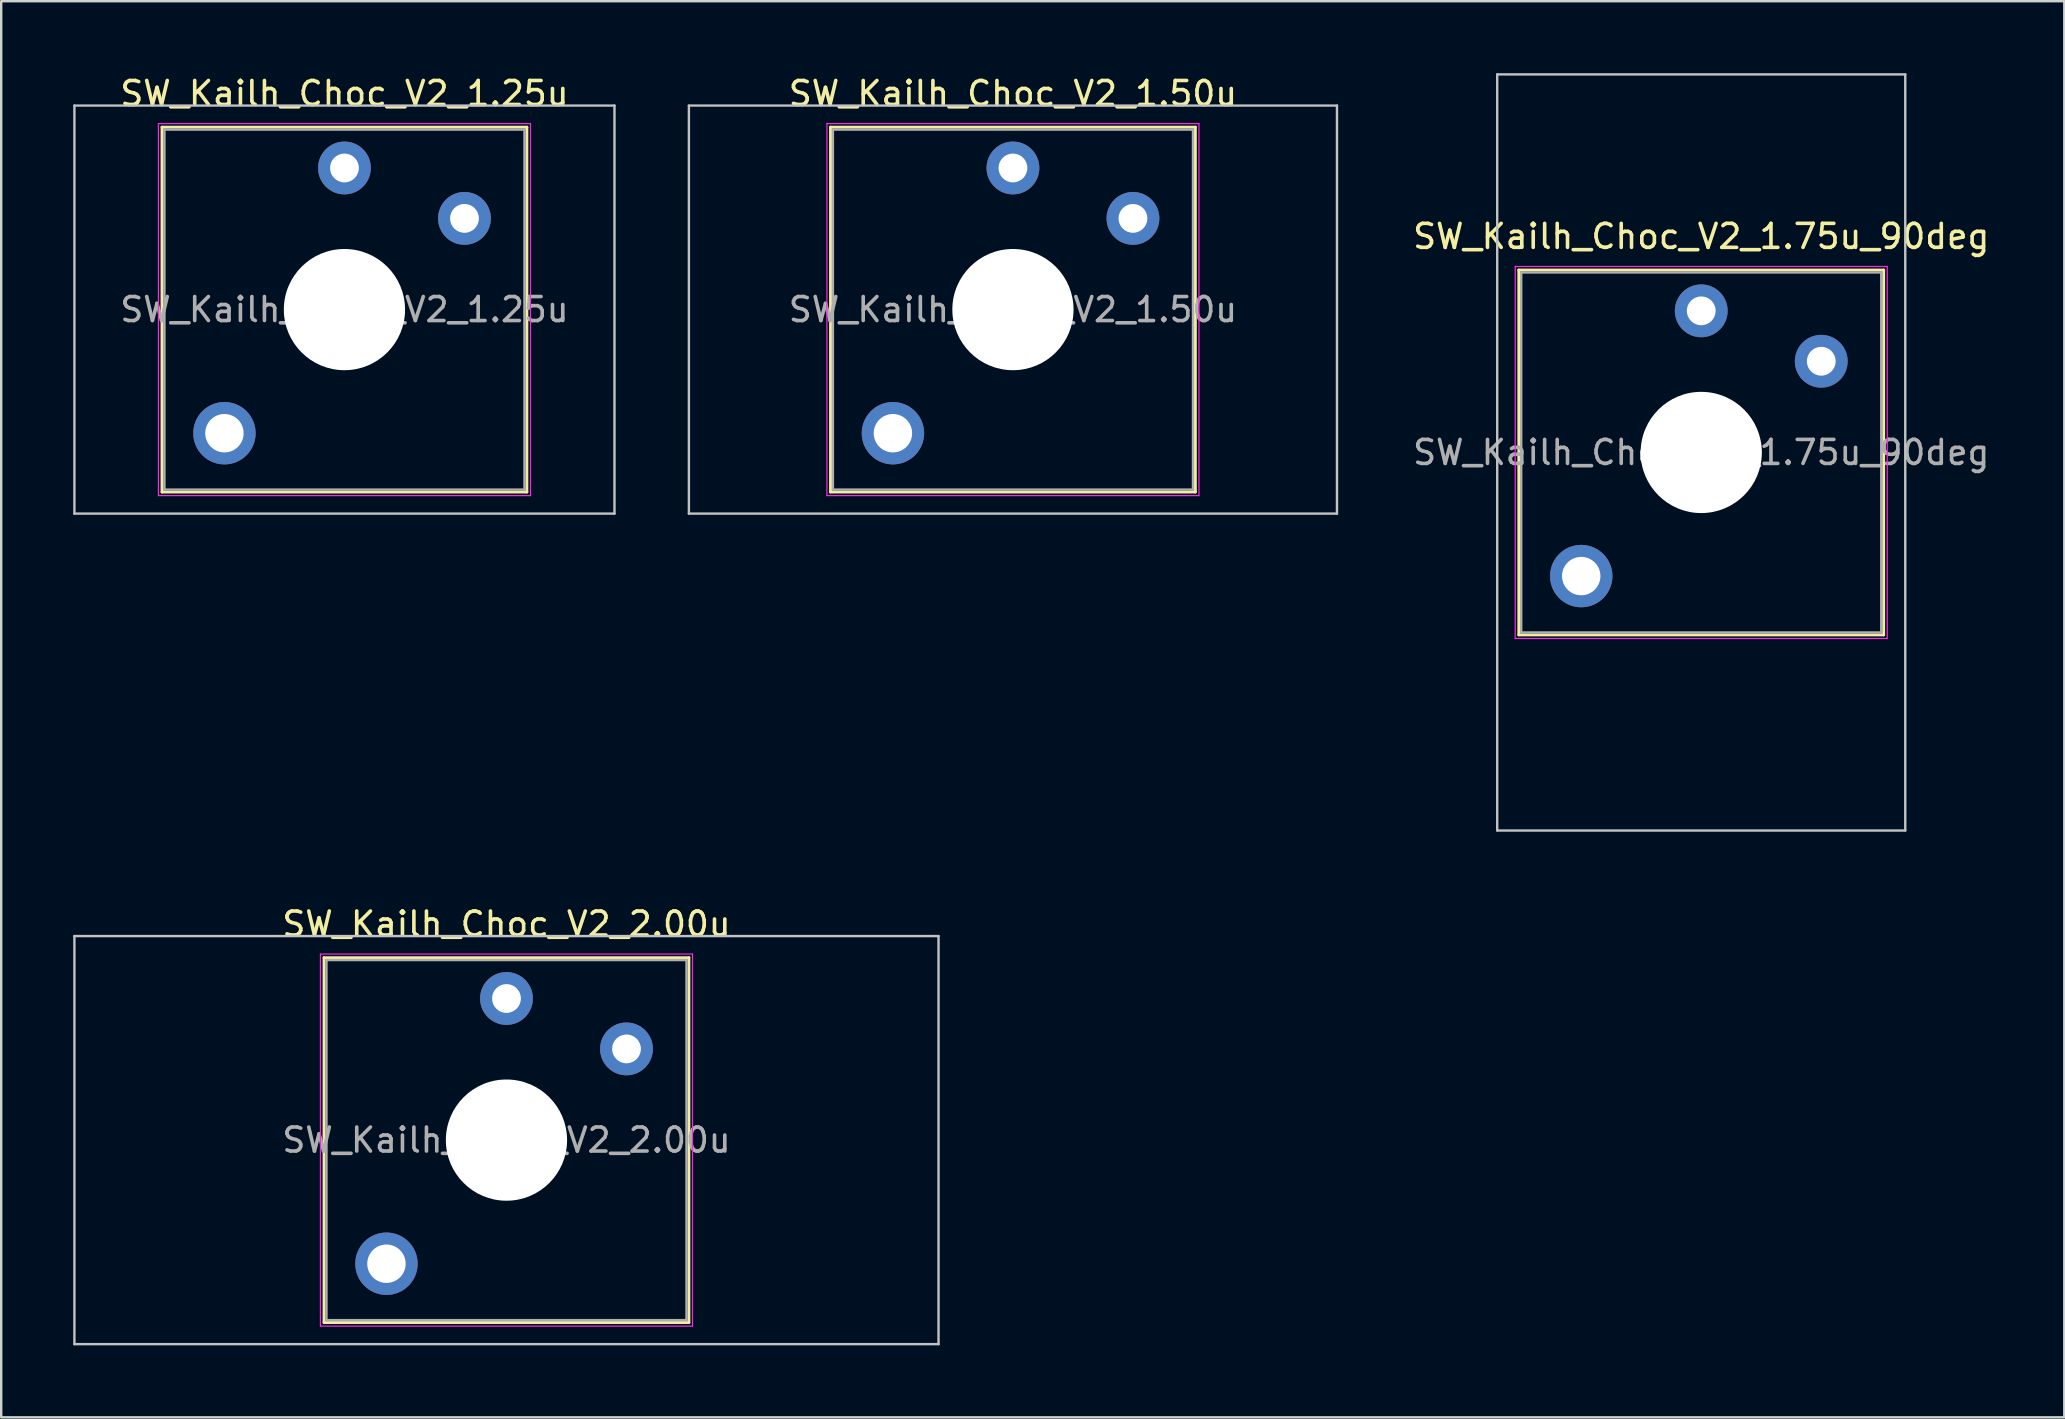
<source format=kicad_pcb>
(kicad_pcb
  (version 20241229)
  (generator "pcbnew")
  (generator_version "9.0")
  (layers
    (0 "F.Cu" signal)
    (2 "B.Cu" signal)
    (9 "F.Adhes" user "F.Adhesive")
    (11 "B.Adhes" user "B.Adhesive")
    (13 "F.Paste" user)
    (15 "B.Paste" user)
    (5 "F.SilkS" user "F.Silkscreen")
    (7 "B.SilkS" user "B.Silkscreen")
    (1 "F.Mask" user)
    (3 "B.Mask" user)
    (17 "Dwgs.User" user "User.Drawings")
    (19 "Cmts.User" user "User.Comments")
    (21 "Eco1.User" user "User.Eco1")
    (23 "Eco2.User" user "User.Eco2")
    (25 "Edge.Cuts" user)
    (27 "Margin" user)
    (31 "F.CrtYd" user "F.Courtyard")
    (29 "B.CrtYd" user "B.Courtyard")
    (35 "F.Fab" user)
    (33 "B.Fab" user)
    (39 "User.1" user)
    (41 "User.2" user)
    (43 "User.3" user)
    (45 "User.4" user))
  (footprint "SW_Kailh_Choc_V2_1.75u_90deg"
    (layer "F.Cu")
    (at 67.825 15.8)
    (property "Reference" "SW_Kailh_Choc_V2_1.75u_90deg" (at 0 -9 0) (layer "F.SilkS") (effects (font (size 1 1) (thickness 0.15))))
    (attr through_hole)
    (fp_line (start -7.6 -7.6) (end -7.6 7.6) (stroke (width 0.12) (type solid)) (layer "F.SilkS"))
    (fp_line (start -7.6 7.6) (end 7.6 7.6) (stroke (width 0.12) (type solid)) (layer "F.SilkS"))
    (fp_line (start 7.6 -7.6) (end -7.6 -7.6) (stroke (width 0.12) (type solid)) (layer "F.SilkS"))
    (fp_line (start 7.6 7.6) (end 7.6 -7.6) (stroke (width 0.12) (type solid)) (layer "F.SilkS"))
    (fp_line (start -8.5 -15.75) (end 8.5 -15.75) (stroke (width 0.1) (type solid)) (layer "Dwgs.User"))
    (fp_line (start -8.5 15.75) (end -8.5 -15.75) (stroke (width 0.1) (type solid)) (layer "Dwgs.User"))
    (fp_line (start 8.5 -15.75) (end 8.5 15.75) (stroke (width 0.1) (type solid)) (layer "Dwgs.User"))
    (fp_line (start 8.5 15.75) (end -8.5 15.75) (stroke (width 0.1) (type solid)) (layer "Dwgs.User"))
    (fp_line (start -7.25 -7.25) (end -7.25 7.25) (stroke (width 0.1) (type solid)) (layer "Eco1.User"))
    (fp_line (start -7.25 7.25) (end 7.25 7.25) (stroke (width 0.1) (type solid)) (layer "Eco1.User"))
    (fp_line (start 7.25 -7.25) (end -7.25 -7.25) (stroke (width 0.1) (type solid)) (layer "Eco1.User"))
    (fp_line (start 7.25 7.25) (end 7.25 -7.25) (stroke (width 0.1) (type solid)) (layer "Eco1.User"))
    (fp_line (start -7.75 -7.75) (end -7.75 7.75) (stroke (width 0.05) (type solid)) (layer "F.CrtYd"))
    (fp_line (start -7.75 7.75) (end 7.75 7.75) (stroke (width 0.05) (type solid)) (layer "F.CrtYd"))
    (fp_line (start 7.75 -7.75) (end -7.75 -7.75) (stroke (width 0.05) (type solid)) (layer "F.CrtYd"))
    (fp_line (start 7.75 7.75) (end 7.75 -7.75) (stroke (width 0.05) (type solid)) (layer "F.CrtYd"))
    (fp_line (start -7.5 -7.5) (end -7.5 7.5) (stroke (width 0.1) (type solid)) (layer "F.Fab"))
    (fp_line (start -7.5 7.5) (end 7.5 7.5) (stroke (width 0.1) (type solid)) (layer "F.Fab"))
    (fp_line (start 7.5 -7.5) (end -7.5 -7.5) (stroke (width 0.1) (type solid)) (layer "F.Fab"))
    (fp_line (start 7.5 7.5) (end 7.5 -7.5) (stroke (width 0.1) (type solid)) (layer "F.Fab"))
    (fp_text user "${REFERENCE}" (at 0 0 0) (layer "F.Fab") (effects (font (size 1 1) (thickness 0.15))))
    (pad "" smd circle (at -5 5.15) (size 1.65 1.65) (layers "F.Mask"))
    (pad "" thru_hole circle (at -5 5.15) (size 2.6 2.6) (drill 1.6) (layers "*.Cu" "B.Mask"))
    (pad "" smd circle (at 0 -5.9) (size 1.25 1.25) (layers "F.Mask"))
    (pad "" np_thru_hole circle (at 0 0) (size 5.05 5.05) (drill 5.05) (layers "*.Cu" "*.Mask"))
    (pad "" smd circle (at 5 -3.8) (size 1.25 1.25) (layers "F.Mask"))
    (pad "1" thru_hole circle (at 0 -5.9) (size 2.2 2.2) (drill 1.2) (layers "*.Cu" "B.Mask"))
    (pad "2" thru_hole circle (at 5 -3.8) (size 2.2 2.2) (drill 1.2) (layers "*.Cu" "B.Mask")))
  (footprint "SW_Kailh_Choc_V2_1.25u"
    (layer "F.Cu")
    (at 11.3 9.848)
    (property "Reference" "SW_Kailh_Choc_V2_1.25u" (at 0 -9 0) (layer "F.SilkS") (effects (font (size 1 1) (thickness 0.15))))
    (attr through_hole)
    (fp_line (start -7.6 -7.6) (end -7.6 7.6) (stroke (width 0.12) (type solid)) (layer "F.SilkS"))
    (fp_line (start -7.6 7.6) (end 7.6 7.6) (stroke (width 0.12) (type solid)) (layer "F.SilkS"))
    (fp_line (start 7.6 -7.6) (end -7.6 -7.6) (stroke (width 0.12) (type solid)) (layer "F.SilkS"))
    (fp_line (start 7.6 7.6) (end 7.6 -7.6) (stroke (width 0.12) (type solid)) (layer "F.SilkS"))
    (fp_line (start -11.25 -8.5) (end -11.25 8.5) (stroke (width 0.1) (type solid)) (layer "Dwgs.User"))
    (fp_line (start -11.25 8.5) (end 11.25 8.5) (stroke (width 0.1) (type solid)) (layer "Dwgs.User"))
    (fp_line (start 11.25 -8.5) (end -11.25 -8.5) (stroke (width 0.1) (type solid)) (layer "Dwgs.User"))
    (fp_line (start 11.25 8.5) (end 11.25 -8.5) (stroke (width 0.1) (type solid)) (layer "Dwgs.User"))
    (fp_line (start -7.25 -7.25) (end -7.25 7.25) (stroke (width 0.1) (type solid)) (layer "Eco1.User"))
    (fp_line (start -7.25 7.25) (end 7.25 7.25) (stroke (width 0.1) (type solid)) (layer "Eco1.User"))
    (fp_line (start 7.25 -7.25) (end -7.25 -7.25) (stroke (width 0.1) (type solid)) (layer "Eco1.User"))
    (fp_line (start 7.25 7.25) (end 7.25 -7.25) (stroke (width 0.1) (type solid)) (layer "Eco1.User"))
    (fp_line (start -7.75 -7.75) (end -7.75 7.75) (stroke (width 0.05) (type solid)) (layer "F.CrtYd"))
    (fp_line (start -7.75 7.75) (end 7.75 7.75) (stroke (width 0.05) (type solid)) (layer "F.CrtYd"))
    (fp_line (start 7.75 -7.75) (end -7.75 -7.75) (stroke (width 0.05) (type solid)) (layer "F.CrtYd"))
    (fp_line (start 7.75 7.75) (end 7.75 -7.75) (stroke (width 0.05) (type solid)) (layer "F.CrtYd"))
    (fp_line (start -7.5 -7.5) (end -7.5 7.5) (stroke (width 0.1) (type solid)) (layer "F.Fab"))
    (fp_line (start -7.5 7.5) (end 7.5 7.5) (stroke (width 0.1) (type solid)) (layer "F.Fab"))
    (fp_line (start 7.5 -7.5) (end -7.5 -7.5) (stroke (width 0.1) (type solid)) (layer "F.Fab"))
    (fp_line (start 7.5 7.5) (end 7.5 -7.5) (stroke (width 0.1) (type solid)) (layer "F.Fab"))
    (fp_text user "${REFERENCE}" (at 0 0 0) (layer "F.Fab") (effects (font (size 1 1) (thickness 0.15))))
    (pad "" smd circle (at -5 5.15) (size 1.65 1.65) (layers "F.Mask"))
    (pad "" thru_hole circle (at -5 5.15) (size 2.6 2.6) (drill 1.6) (layers "*.Cu" "B.Mask"))
    (pad "" smd circle (at 0 -5.9) (size 1.25 1.25) (layers "F.Mask"))
    (pad "" np_thru_hole circle (at 0 0) (size 5.05 5.05) (drill 5.05) (layers "*.Cu" "*.Mask"))
    (pad "" smd circle (at 5 -3.8) (size 1.25 1.25) (layers "F.Mask"))
    (pad "1" thru_hole circle (at 0 -5.9) (size 2.2 2.2) (drill 1.2) (layers "*.Cu" "B.Mask"))
    (pad "2" thru_hole circle (at 5 -3.8) (size 2.2 2.2) (drill 1.2) (layers "*.Cu" "B.Mask")))
  (footprint "SW_Kailh_Choc_V2_2.00u"
    (layer "F.Cu")
    (at 18.05 44.448)
    (property "Reference" "SW_Kailh_Choc_V2_2.00u" (at 0 -9 0) (layer "F.SilkS") (effects (font (size 1 1) (thickness 0.15))))
    (attr through_hole)
    (fp_line (start -7.6 -7.6) (end -7.6 7.6) (stroke (width 0.12) (type solid)) (layer "F.SilkS"))
    (fp_line (start -7.6 7.6) (end 7.6 7.6) (stroke (width 0.12) (type solid)) (layer "F.SilkS"))
    (fp_line (start 7.6 -7.6) (end -7.6 -7.6) (stroke (width 0.12) (type solid)) (layer "F.SilkS"))
    (fp_line (start 7.6 7.6) (end 7.6 -7.6) (stroke (width 0.12) (type solid)) (layer "F.SilkS"))
    (fp_line (start -18 -8.5) (end -18 8.5) (stroke (width 0.1) (type solid)) (layer "Dwgs.User"))
    (fp_line (start -18 8.5) (end 18 8.5) (stroke (width 0.1) (type solid)) (layer "Dwgs.User"))
    (fp_line (start 18 -8.5) (end -18 -8.5) (stroke (width 0.1) (type solid)) (layer "Dwgs.User"))
    (fp_line (start 18 8.5) (end 18 -8.5) (stroke (width 0.1) (type solid)) (layer "Dwgs.User"))
    (fp_line (start -7.25 -7.25) (end -7.25 7.25) (stroke (width 0.1) (type solid)) (layer "Eco1.User"))
    (fp_line (start -7.25 7.25) (end 7.25 7.25) (stroke (width 0.1) (type solid)) (layer "Eco1.User"))
    (fp_line (start 7.25 -7.25) (end -7.25 -7.25) (stroke (width 0.1) (type solid)) (layer "Eco1.User"))
    (fp_line (start 7.25 7.25) (end 7.25 -7.25) (stroke (width 0.1) (type solid)) (layer "Eco1.User"))
    (fp_line (start -7.75 -7.75) (end -7.75 7.75) (stroke (width 0.05) (type solid)) (layer "F.CrtYd"))
    (fp_line (start -7.75 7.75) (end 7.75 7.75) (stroke (width 0.05) (type solid)) (layer "F.CrtYd"))
    (fp_line (start 7.75 -7.75) (end -7.75 -7.75) (stroke (width 0.05) (type solid)) (layer "F.CrtYd"))
    (fp_line (start 7.75 7.75) (end 7.75 -7.75) (stroke (width 0.05) (type solid)) (layer "F.CrtYd"))
    (fp_line (start -7.5 -7.5) (end -7.5 7.5) (stroke (width 0.1) (type solid)) (layer "F.Fab"))
    (fp_line (start -7.5 7.5) (end 7.5 7.5) (stroke (width 0.1) (type solid)) (layer "F.Fab"))
    (fp_line (start 7.5 -7.5) (end -7.5 -7.5) (stroke (width 0.1) (type solid)) (layer "F.Fab"))
    (fp_line (start 7.5 7.5) (end 7.5 -7.5) (stroke (width 0.1) (type solid)) (layer "F.Fab"))
    (fp_text user "${REFERENCE}" (at 0 0 0) (layer "F.Fab") (effects (font (size 1 1) (thickness 0.15))))
    (pad "" smd circle (at -5 5.15) (size 1.65 1.65) (layers "F.Mask"))
    (pad "" thru_hole circle (at -5 5.15) (size 2.6 2.6) (drill 1.6) (layers "*.Cu" "B.Mask"))
    (pad "" smd circle (at 0 -5.9) (size 1.25 1.25) (layers "F.Mask"))
    (pad "" np_thru_hole circle (at 0 0) (size 5.05 5.05) (drill 5.05) (layers "*.Cu" "*.Mask"))
    (pad "" smd circle (at 5 -3.8) (size 1.25 1.25) (layers "F.Mask"))
    (pad "1" thru_hole circle (at 0 -5.9) (size 2.2 2.2) (drill 1.2) (layers "*.Cu" "B.Mask"))
    (pad "2" thru_hole circle (at 5 -3.8) (size 2.2 2.2) (drill 1.2) (layers "*.Cu" "B.Mask")))
  (footprint "SW_Kailh_Choc_V2_1.50u"
    (layer "F.Cu")
    (at 39.15 9.848)
    (property "Reference" "SW_Kailh_Choc_V2_1.50u" (at 0 -9 0) (layer "F.SilkS") (effects (font (size 1 1) (thickness 0.15))))
    (attr through_hole)
    (fp_line (start -7.6 -7.6) (end -7.6 7.6) (stroke (width 0.12) (type solid)) (layer "F.SilkS"))
    (fp_line (start -7.6 7.6) (end 7.6 7.6) (stroke (width 0.12) (type solid)) (layer "F.SilkS"))
    (fp_line (start 7.6 -7.6) (end -7.6 -7.6) (stroke (width 0.12) (type solid)) (layer "F.SilkS"))
    (fp_line (start 7.6 7.6) (end 7.6 -7.6) (stroke (width 0.12) (type solid)) (layer "F.SilkS"))
    (fp_line (start -13.5 -8.5) (end -13.5 8.5) (stroke (width 0.1) (type solid)) (layer "Dwgs.User"))
    (fp_line (start -13.5 8.5) (end 13.5 8.5) (stroke (width 0.1) (type solid)) (layer "Dwgs.User"))
    (fp_line (start 13.5 -8.5) (end -13.5 -8.5) (stroke (width 0.1) (type solid)) (layer "Dwgs.User"))
    (fp_line (start 13.5 8.5) (end 13.5 -8.5) (stroke (width 0.1) (type solid)) (layer "Dwgs.User"))
    (fp_line (start -7.25 -7.25) (end -7.25 7.25) (stroke (width 0.1) (type solid)) (layer "Eco1.User"))
    (fp_line (start -7.25 7.25) (end 7.25 7.25) (stroke (width 0.1) (type solid)) (layer "Eco1.User"))
    (fp_line (start 7.25 -7.25) (end -7.25 -7.25) (stroke (width 0.1) (type solid)) (layer "Eco1.User"))
    (fp_line (start 7.25 7.25) (end 7.25 -7.25) (stroke (width 0.1) (type solid)) (layer "Eco1.User"))
    (fp_line (start -7.75 -7.75) (end -7.75 7.75) (stroke (width 0.05) (type solid)) (layer "F.CrtYd"))
    (fp_line (start -7.75 7.75) (end 7.75 7.75) (stroke (width 0.05) (type solid)) (layer "F.CrtYd"))
    (fp_line (start 7.75 -7.75) (end -7.75 -7.75) (stroke (width 0.05) (type solid)) (layer "F.CrtYd"))
    (fp_line (start 7.75 7.75) (end 7.75 -7.75) (stroke (width 0.05) (type solid)) (layer "F.CrtYd"))
    (fp_line (start -7.5 -7.5) (end -7.5 7.5) (stroke (width 0.1) (type solid)) (layer "F.Fab"))
    (fp_line (start -7.5 7.5) (end 7.5 7.5) (stroke (width 0.1) (type solid)) (layer "F.Fab"))
    (fp_line (start 7.5 -7.5) (end -7.5 -7.5) (stroke (width 0.1) (type solid)) (layer "F.Fab"))
    (fp_line (start 7.5 7.5) (end 7.5 -7.5) (stroke (width 0.1) (type solid)) (layer "F.Fab"))
    (fp_text user "${REFERENCE}" (at 0 0 0) (layer "F.Fab") (effects (font (size 1 1) (thickness 0.15))))
    (pad "" smd circle (at -5 5.15) (size 1.65 1.65) (layers "F.Mask"))
    (pad "" thru_hole circle (at -5 5.15) (size 2.6 2.6) (drill 1.6) (layers "*.Cu" "B.Mask"))
    (pad "" smd circle (at 0 -5.9) (size 1.25 1.25) (layers "F.Mask"))
    (pad "" np_thru_hole circle (at 0 0) (size 5.05 5.05) (drill 5.05) (layers "*.Cu" "*.Mask"))
    (pad "" smd circle (at 5 -3.8) (size 1.25 1.25) (layers "F.Mask"))
    (pad "1" thru_hole circle (at 0 -5.9) (size 2.2 2.2) (drill 1.2) (layers "*.Cu" "B.Mask"))
    (pad "2" thru_hole circle (at 5 -3.8) (size 2.2 2.2) (drill 1.2) (layers "*.Cu" "B.Mask")))
  (gr_rect
    (start -3 -3)
    (end 82.95 55.998)
    (stroke (width 0.1) (type default))
    (fill no)
    (layer "Edge.Cuts")))
</source>
